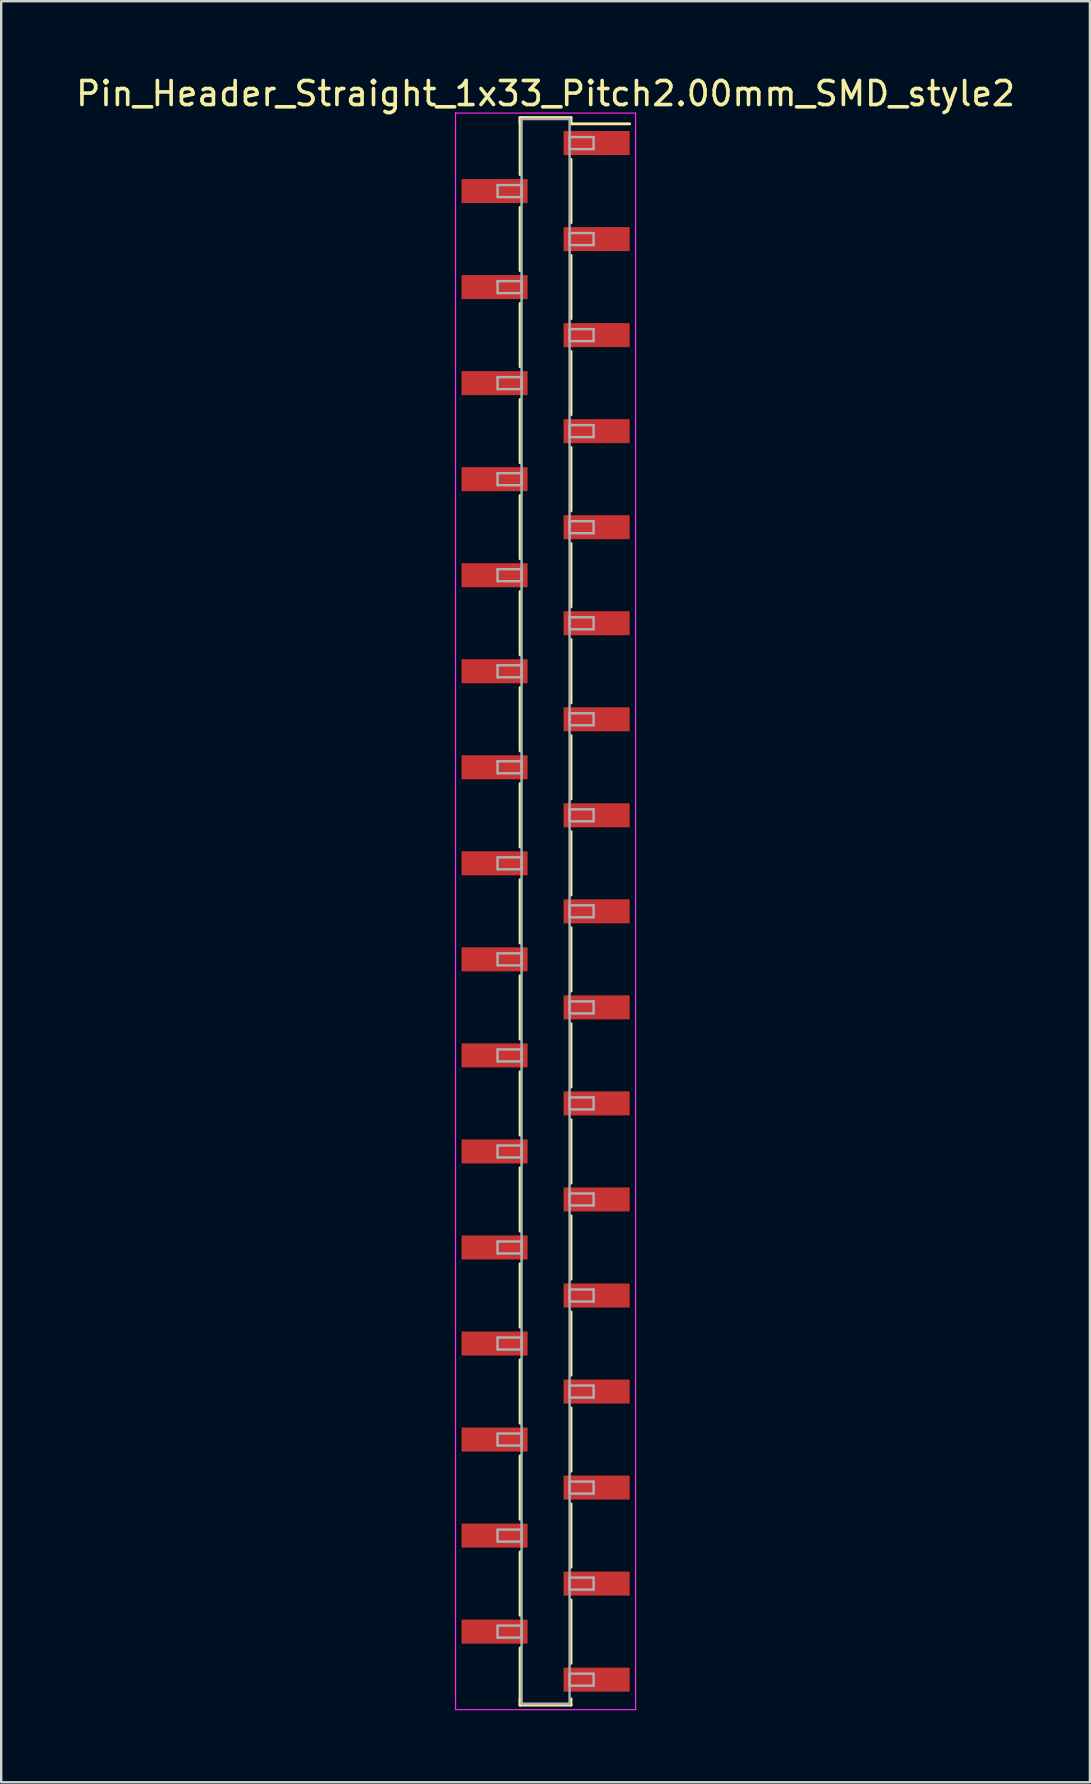
<source format=kicad_pcb>
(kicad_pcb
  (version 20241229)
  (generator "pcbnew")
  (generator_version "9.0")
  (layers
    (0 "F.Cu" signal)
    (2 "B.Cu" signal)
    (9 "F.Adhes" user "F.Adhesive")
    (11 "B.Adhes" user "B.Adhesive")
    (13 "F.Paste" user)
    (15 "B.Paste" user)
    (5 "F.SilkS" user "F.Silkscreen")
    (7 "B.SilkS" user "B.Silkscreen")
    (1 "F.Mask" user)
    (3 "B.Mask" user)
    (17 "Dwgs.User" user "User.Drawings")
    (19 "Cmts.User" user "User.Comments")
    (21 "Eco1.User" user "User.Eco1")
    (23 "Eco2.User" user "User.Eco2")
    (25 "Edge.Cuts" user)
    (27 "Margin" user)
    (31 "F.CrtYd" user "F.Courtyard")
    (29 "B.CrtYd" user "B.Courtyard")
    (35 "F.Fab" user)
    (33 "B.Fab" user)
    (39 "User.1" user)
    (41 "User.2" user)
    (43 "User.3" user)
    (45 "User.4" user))
  (footprint "Pin_Header_Straight_1x33_Pitch2.00mm_SMD_style2"
    (layer "F.Cu")
    (at 19.673 34.908)
    (property "Reference" "Pin_Header_Straight_1x33_Pitch2.00mm_SMD_style2" (at 0 -34.06 0) (layer "F.SilkS") (effects (font (size 1 1) (thickness 0.15))))
    (attr smd)
    (fp_line (start -1.06 -33.06) (end -1.06 -30.68) (stroke (width 0.12) (type solid)) (layer "F.SilkS"))
    (fp_line (start -1.06 -33.06) (end 1.06 -33.06) (stroke (width 0.12) (type solid)) (layer "F.SilkS"))
    (fp_line (start -1.06 -32.8) (end -1.06 -33.06) (stroke (width 0.12) (type solid)) (layer "F.SilkS"))
    (fp_line (start -1.06 -29.32) (end -1.06 -26.68) (stroke (width 0.12) (type solid)) (layer "F.SilkS"))
    (fp_line (start -1.06 -25.32) (end -1.06 -22.68) (stroke (width 0.12) (type solid)) (layer "F.SilkS"))
    (fp_line (start -1.06 -21.32) (end -1.06 -18.68) (stroke (width 0.12) (type solid)) (layer "F.SilkS"))
    (fp_line (start -1.06 -17.32) (end -1.06 -14.68) (stroke (width 0.12) (type solid)) (layer "F.SilkS"))
    (fp_line (start -1.06 -13.32) (end -1.06 -10.68) (stroke (width 0.12) (type solid)) (layer "F.SilkS"))
    (fp_line (start -1.06 -9.32) (end -1.06 -6.68) (stroke (width 0.12) (type solid)) (layer "F.SilkS"))
    (fp_line (start -1.06 -5.32) (end -1.06 -2.68) (stroke (width 0.12) (type solid)) (layer "F.SilkS"))
    (fp_line (start -1.06 -1.32) (end -1.06 1.32) (stroke (width 0.12) (type solid)) (layer "F.SilkS"))
    (fp_line (start -1.06 2.68) (end -1.06 5.32) (stroke (width 0.12) (type solid)) (layer "F.SilkS"))
    (fp_line (start -1.06 6.68) (end -1.06 9.32) (stroke (width 0.12) (type solid)) (layer "F.SilkS"))
    (fp_line (start -1.06 10.68) (end -1.06 13.32) (stroke (width 0.12) (type solid)) (layer "F.SilkS"))
    (fp_line (start -1.06 14.68) (end -1.06 17.32) (stroke (width 0.12) (type solid)) (layer "F.SilkS"))
    (fp_line (start -1.06 18.68) (end -1.06 21.32) (stroke (width 0.12) (type solid)) (layer "F.SilkS"))
    (fp_line (start -1.06 22.68) (end -1.06 25.32) (stroke (width 0.12) (type solid)) (layer "F.SilkS"))
    (fp_line (start -1.06 26.68) (end -1.06 29.32) (stroke (width 0.12) (type solid)) (layer "F.SilkS"))
    (fp_line (start -1.06 30.68) (end -1.06 33.06) (stroke (width 0.12) (type solid)) (layer "F.SilkS"))
    (fp_line (start -1.06 32.8) (end -1.06 33.06) (stroke (width 0.12) (type solid)) (layer "F.SilkS"))
    (fp_line (start -1.06 33.06) (end 1.06 33.06) (stroke (width 0.12) (type solid)) (layer "F.SilkS"))
    (fp_line (start 1.06 -33.06) (end 1.06 -32.8) (stroke (width 0.12) (type solid)) (layer "F.SilkS"))
    (fp_line (start 1.06 -32.8) (end 3.5 -32.8) (stroke (width 0.12) (type solid)) (layer "F.SilkS"))
    (fp_line (start 1.06 -31.32) (end 1.06 -28.68) (stroke (width 0.12) (type solid)) (layer "F.SilkS"))
    (fp_line (start 1.06 -27.32) (end 1.06 -24.68) (stroke (width 0.12) (type solid)) (layer "F.SilkS"))
    (fp_line (start 1.06 -23.32) (end 1.06 -20.68) (stroke (width 0.12) (type solid)) (layer "F.SilkS"))
    (fp_line (start 1.06 -19.32) (end 1.06 -16.68) (stroke (width 0.12) (type solid)) (layer "F.SilkS"))
    (fp_line (start 1.06 -15.32) (end 1.06 -12.68) (stroke (width 0.12) (type solid)) (layer "F.SilkS"))
    (fp_line (start 1.06 -11.32) (end 1.06 -8.68) (stroke (width 0.12) (type solid)) (layer "F.SilkS"))
    (fp_line (start 1.06 -7.32) (end 1.06 -4.68) (stroke (width 0.12) (type solid)) (layer "F.SilkS"))
    (fp_line (start 1.06 -3.32) (end 1.06 -0.68) (stroke (width 0.12) (type solid)) (layer "F.SilkS"))
    (fp_line (start 1.06 0.68) (end 1.06 3.32) (stroke (width 0.12) (type solid)) (layer "F.SilkS"))
    (fp_line (start 1.06 4.68) (end 1.06 7.32) (stroke (width 0.12) (type solid)) (layer "F.SilkS"))
    (fp_line (start 1.06 8.68) (end 1.06 11.32) (stroke (width 0.12) (type solid)) (layer "F.SilkS"))
    (fp_line (start 1.06 12.68) (end 1.06 15.32) (stroke (width 0.12) (type solid)) (layer "F.SilkS"))
    (fp_line (start 1.06 16.68) (end 1.06 19.32) (stroke (width 0.12) (type solid)) (layer "F.SilkS"))
    (fp_line (start 1.06 20.68) (end 1.06 23.32) (stroke (width 0.12) (type solid)) (layer "F.SilkS"))
    (fp_line (start 1.06 24.68) (end 1.06 27.32) (stroke (width 0.12) (type solid)) (layer "F.SilkS"))
    (fp_line (start 1.06 28.68) (end 1.06 31.32) (stroke (width 0.12) (type solid)) (layer "F.SilkS"))
    (fp_line (start 1.06 33.06) (end 1.06 32.8) (stroke (width 0.12) (type solid)) (layer "F.SilkS"))
    (fp_line (start -3.75 -33.25) (end -3.75 33.25) (stroke (width 0.05) (type solid)) (layer "F.CrtYd"))
    (fp_line (start -3.75 33.25) (end 3.75 33.25) (stroke (width 0.05) (type solid)) (layer "F.CrtYd"))
    (fp_line (start 3.75 -33.25) (end -3.75 -33.25) (stroke (width 0.05) (type solid)) (layer "F.CrtYd"))
    (fp_line (start 3.75 33.25) (end 3.75 -33.25) (stroke (width 0.05) (type solid)) (layer "F.CrtYd"))
    (fp_line (start -2 -30.25) (end -1 -30.25) (stroke (width 0.1) (type solid)) (layer "F.Fab"))
    (fp_line (start -2 -29.75) (end -2 -30.25) (stroke (width 0.1) (type solid)) (layer "F.Fab"))
    (fp_line (start -2 -26.25) (end -1 -26.25) (stroke (width 0.1) (type solid)) (layer "F.Fab"))
    (fp_line (start -2 -25.75) (end -2 -26.25) (stroke (width 0.1) (type solid)) (layer "F.Fab"))
    (fp_line (start -2 -22.25) (end -1 -22.25) (stroke (width 0.1) (type solid)) (layer "F.Fab"))
    (fp_line (start -2 -21.75) (end -2 -22.25) (stroke (width 0.1) (type solid)) (layer "F.Fab"))
    (fp_line (start -2 -18.25) (end -1 -18.25) (stroke (width 0.1) (type solid)) (layer "F.Fab"))
    (fp_line (start -2 -17.75) (end -2 -18.25) (stroke (width 0.1) (type solid)) (layer "F.Fab"))
    (fp_line (start -2 -14.25) (end -1 -14.25) (stroke (width 0.1) (type solid)) (layer "F.Fab"))
    (fp_line (start -2 -13.75) (end -2 -14.25) (stroke (width 0.1) (type solid)) (layer "F.Fab"))
    (fp_line (start -2 -10.25) (end -1 -10.25) (stroke (width 0.1) (type solid)) (layer "F.Fab"))
    (fp_line (start -2 -9.75) (end -2 -10.25) (stroke (width 0.1) (type solid)) (layer "F.Fab"))
    (fp_line (start -2 -6.25) (end -1 -6.25) (stroke (width 0.1) (type solid)) (layer "F.Fab"))
    (fp_line (start -2 -5.75) (end -2 -6.25) (stroke (width 0.1) (type solid)) (layer "F.Fab"))
    (fp_line (start -2 -2.25) (end -1 -2.25) (stroke (width 0.1) (type solid)) (layer "F.Fab"))
    (fp_line (start -2 -1.75) (end -2 -2.25) (stroke (width 0.1) (type solid)) (layer "F.Fab"))
    (fp_line (start -2 1.75) (end -1 1.75) (stroke (width 0.1) (type solid)) (layer "F.Fab"))
    (fp_line (start -2 2.25) (end -2 1.75) (stroke (width 0.1) (type solid)) (layer "F.Fab"))
    (fp_line (start -2 5.75) (end -1 5.75) (stroke (width 0.1) (type solid)) (layer "F.Fab"))
    (fp_line (start -2 6.25) (end -2 5.75) (stroke (width 0.1) (type solid)) (layer "F.Fab"))
    (fp_line (start -2 9.75) (end -1 9.75) (stroke (width 0.1) (type solid)) (layer "F.Fab"))
    (fp_line (start -2 10.25) (end -2 9.75) (stroke (width 0.1) (type solid)) (layer "F.Fab"))
    (fp_line (start -2 13.75) (end -1 13.75) (stroke (width 0.1) (type solid)) (layer "F.Fab"))
    (fp_line (start -2 14.25) (end -2 13.75) (stroke (width 0.1) (type solid)) (layer "F.Fab"))
    (fp_line (start -2 17.75) (end -1 17.75) (stroke (width 0.1) (type solid)) (layer "F.Fab"))
    (fp_line (start -2 18.25) (end -2 17.75) (stroke (width 0.1) (type solid)) (layer "F.Fab"))
    (fp_line (start -2 21.75) (end -1 21.75) (stroke (width 0.1) (type solid)) (layer "F.Fab"))
    (fp_line (start -2 22.25) (end -2 21.75) (stroke (width 0.1) (type solid)) (layer "F.Fab"))
    (fp_line (start -2 25.75) (end -1 25.75) (stroke (width 0.1) (type solid)) (layer "F.Fab"))
    (fp_line (start -2 26.25) (end -2 25.75) (stroke (width 0.1) (type solid)) (layer "F.Fab"))
    (fp_line (start -2 29.75) (end -1 29.75) (stroke (width 0.1) (type solid)) (layer "F.Fab"))
    (fp_line (start -2 30.25) (end -2 29.75) (stroke (width 0.1) (type solid)) (layer "F.Fab"))
    (fp_line (start -1 -33) (end -1 33) (stroke (width 0.1) (type solid)) (layer "F.Fab"))
    (fp_line (start -1 -30.25) (end -1 -29.75) (stroke (width 0.1) (type solid)) (layer "F.Fab"))
    (fp_line (start -1 -29.75) (end -2 -29.75) (stroke (width 0.1) (type solid)) (layer "F.Fab"))
    (fp_line (start -1 -26.25) (end -1 -25.75) (stroke (width 0.1) (type solid)) (layer "F.Fab"))
    (fp_line (start -1 -25.75) (end -2 -25.75) (stroke (width 0.1) (type solid)) (layer "F.Fab"))
    (fp_line (start -1 -22.25) (end -1 -21.75) (stroke (width 0.1) (type solid)) (layer "F.Fab"))
    (fp_line (start -1 -21.75) (end -2 -21.75) (stroke (width 0.1) (type solid)) (layer "F.Fab"))
    (fp_line (start -1 -18.25) (end -1 -17.75) (stroke (width 0.1) (type solid)) (layer "F.Fab"))
    (fp_line (start -1 -17.75) (end -2 -17.75) (stroke (width 0.1) (type solid)) (layer "F.Fab"))
    (fp_line (start -1 -14.25) (end -1 -13.75) (stroke (width 0.1) (type solid)) (layer "F.Fab"))
    (fp_line (start -1 -13.75) (end -2 -13.75) (stroke (width 0.1) (type solid)) (layer "F.Fab"))
    (fp_line (start -1 -10.25) (end -1 -9.75) (stroke (width 0.1) (type solid)) (layer "F.Fab"))
    (fp_line (start -1 -9.75) (end -2 -9.75) (stroke (width 0.1) (type solid)) (layer "F.Fab"))
    (fp_line (start -1 -6.25) (end -1 -5.75) (stroke (width 0.1) (type solid)) (layer "F.Fab"))
    (fp_line (start -1 -5.75) (end -2 -5.75) (stroke (width 0.1) (type solid)) (layer "F.Fab"))
    (fp_line (start -1 -2.25) (end -1 -1.75) (stroke (width 0.1) (type solid)) (layer "F.Fab"))
    (fp_line (start -1 -1.75) (end -2 -1.75) (stroke (width 0.1) (type solid)) (layer "F.Fab"))
    (fp_line (start -1 1.75) (end -1 2.25) (stroke (width 0.1) (type solid)) (layer "F.Fab"))
    (fp_line (start -1 2.25) (end -2 2.25) (stroke (width 0.1) (type solid)) (layer "F.Fab"))
    (fp_line (start -1 5.75) (end -1 6.25) (stroke (width 0.1) (type solid)) (layer "F.Fab"))
    (fp_line (start -1 6.25) (end -2 6.25) (stroke (width 0.1) (type solid)) (layer "F.Fab"))
    (fp_line (start -1 9.75) (end -1 10.25) (stroke (width 0.1) (type solid)) (layer "F.Fab"))
    (fp_line (start -1 10.25) (end -2 10.25) (stroke (width 0.1) (type solid)) (layer "F.Fab"))
    (fp_line (start -1 13.75) (end -1 14.25) (stroke (width 0.1) (type solid)) (layer "F.Fab"))
    (fp_line (start -1 14.25) (end -2 14.25) (stroke (width 0.1) (type solid)) (layer "F.Fab"))
    (fp_line (start -1 17.75) (end -1 18.25) (stroke (width 0.1) (type solid)) (layer "F.Fab"))
    (fp_line (start -1 18.25) (end -2 18.25) (stroke (width 0.1) (type solid)) (layer "F.Fab"))
    (fp_line (start -1 21.75) (end -1 22.25) (stroke (width 0.1) (type solid)) (layer "F.Fab"))
    (fp_line (start -1 22.25) (end -2 22.25) (stroke (width 0.1) (type solid)) (layer "F.Fab"))
    (fp_line (start -1 25.75) (end -1 26.25) (stroke (width 0.1) (type solid)) (layer "F.Fab"))
    (fp_line (start -1 26.25) (end -2 26.25) (stroke (width 0.1) (type solid)) (layer "F.Fab"))
    (fp_line (start -1 29.75) (end -1 30.25) (stroke (width 0.1) (type solid)) (layer "F.Fab"))
    (fp_line (start -1 30.25) (end -2 30.25) (stroke (width 0.1) (type solid)) (layer "F.Fab"))
    (fp_line (start -1 33) (end 1 33) (stroke (width 0.1) (type solid)) (layer "F.Fab"))
    (fp_line (start 1 -33) (end -1 -33) (stroke (width 0.1) (type solid)) (layer "F.Fab"))
    (fp_line (start 1 -32.25) (end 1 -31.75) (stroke (width 0.1) (type solid)) (layer "F.Fab"))
    (fp_line (start 1 -31.75) (end 2 -31.75) (stroke (width 0.1) (type solid)) (layer "F.Fab"))
    (fp_line (start 1 -28.25) (end 1 -27.75) (stroke (width 0.1) (type solid)) (layer "F.Fab"))
    (fp_line (start 1 -27.75) (end 2 -27.75) (stroke (width 0.1) (type solid)) (layer "F.Fab"))
    (fp_line (start 1 -24.25) (end 1 -23.75) (stroke (width 0.1) (type solid)) (layer "F.Fab"))
    (fp_line (start 1 -23.75) (end 2 -23.75) (stroke (width 0.1) (type solid)) (layer "F.Fab"))
    (fp_line (start 1 -20.25) (end 1 -19.75) (stroke (width 0.1) (type solid)) (layer "F.Fab"))
    (fp_line (start 1 -19.75) (end 2 -19.75) (stroke (width 0.1) (type solid)) (layer "F.Fab"))
    (fp_line (start 1 -16.25) (end 1 -15.75) (stroke (width 0.1) (type solid)) (layer "F.Fab"))
    (fp_line (start 1 -15.75) (end 2 -15.75) (stroke (width 0.1) (type solid)) (layer "F.Fab"))
    (fp_line (start 1 -12.25) (end 1 -11.75) (stroke (width 0.1) (type solid)) (layer "F.Fab"))
    (fp_line (start 1 -11.75) (end 2 -11.75) (stroke (width 0.1) (type solid)) (layer "F.Fab"))
    (fp_line (start 1 -8.25) (end 1 -7.75) (stroke (width 0.1) (type solid)) (layer "F.Fab"))
    (fp_line (start 1 -7.75) (end 2 -7.75) (stroke (width 0.1) (type solid)) (layer "F.Fab"))
    (fp_line (start 1 -4.25) (end 1 -3.75) (stroke (width 0.1) (type solid)) (layer "F.Fab"))
    (fp_line (start 1 -3.75) (end 2 -3.75) (stroke (width 0.1) (type solid)) (layer "F.Fab"))
    (fp_line (start 1 -0.25) (end 1 0.25) (stroke (width 0.1) (type solid)) (layer "F.Fab"))
    (fp_line (start 1 0.25) (end 2 0.25) (stroke (width 0.1) (type solid)) (layer "F.Fab"))
    (fp_line (start 1 3.75) (end 1 4.25) (stroke (width 0.1) (type solid)) (layer "F.Fab"))
    (fp_line (start 1 4.25) (end 2 4.25) (stroke (width 0.1) (type solid)) (layer "F.Fab"))
    (fp_line (start 1 7.75) (end 1 8.25) (stroke (width 0.1) (type solid)) (layer "F.Fab"))
    (fp_line (start 1 8.25) (end 2 8.25) (stroke (width 0.1) (type solid)) (layer "F.Fab"))
    (fp_line (start 1 11.75) (end 1 12.25) (stroke (width 0.1) (type solid)) (layer "F.Fab"))
    (fp_line (start 1 12.25) (end 2 12.25) (stroke (width 0.1) (type solid)) (layer "F.Fab"))
    (fp_line (start 1 15.75) (end 1 16.25) (stroke (width 0.1) (type solid)) (layer "F.Fab"))
    (fp_line (start 1 16.25) (end 2 16.25) (stroke (width 0.1) (type solid)) (layer "F.Fab"))
    (fp_line (start 1 19.75) (end 1 20.25) (stroke (width 0.1) (type solid)) (layer "F.Fab"))
    (fp_line (start 1 20.25) (end 2 20.25) (stroke (width 0.1) (type solid)) (layer "F.Fab"))
    (fp_line (start 1 23.75) (end 1 24.25) (stroke (width 0.1) (type solid)) (layer "F.Fab"))
    (fp_line (start 1 24.25) (end 2 24.25) (stroke (width 0.1) (type solid)) (layer "F.Fab"))
    (fp_line (start 1 27.75) (end 1 28.25) (stroke (width 0.1) (type solid)) (layer "F.Fab"))
    (fp_line (start 1 28.25) (end 2 28.25) (stroke (width 0.1) (type solid)) (layer "F.Fab"))
    (fp_line (start 1 31.75) (end 1 32.25) (stroke (width 0.1) (type solid)) (layer "F.Fab"))
    (fp_line (start 1 32.25) (end 2 32.25) (stroke (width 0.1) (type solid)) (layer "F.Fab"))
    (fp_line (start 1 33) (end 1 -33) (stroke (width 0.1) (type solid)) (layer "F.Fab"))
    (fp_line (start 2 -32.25) (end 1 -32.25) (stroke (width 0.1) (type solid)) (layer "F.Fab"))
    (fp_line (start 2 -31.75) (end 2 -32.25) (stroke (width 0.1) (type solid)) (layer "F.Fab"))
    (fp_line (start 2 -28.25) (end 1 -28.25) (stroke (width 0.1) (type solid)) (layer "F.Fab"))
    (fp_line (start 2 -27.75) (end 2 -28.25) (stroke (width 0.1) (type solid)) (layer "F.Fab"))
    (fp_line (start 2 -24.25) (end 1 -24.25) (stroke (width 0.1) (type solid)) (layer "F.Fab"))
    (fp_line (start 2 -23.75) (end 2 -24.25) (stroke (width 0.1) (type solid)) (layer "F.Fab"))
    (fp_line (start 2 -20.25) (end 1 -20.25) (stroke (width 0.1) (type solid)) (layer "F.Fab"))
    (fp_line (start 2 -19.75) (end 2 -20.25) (stroke (width 0.1) (type solid)) (layer "F.Fab"))
    (fp_line (start 2 -16.25) (end 1 -16.25) (stroke (width 0.1) (type solid)) (layer "F.Fab"))
    (fp_line (start 2 -15.75) (end 2 -16.25) (stroke (width 0.1) (type solid)) (layer "F.Fab"))
    (fp_line (start 2 -12.25) (end 1 -12.25) (stroke (width 0.1) (type solid)) (layer "F.Fab"))
    (fp_line (start 2 -11.75) (end 2 -12.25) (stroke (width 0.1) (type solid)) (layer "F.Fab"))
    (fp_line (start 2 -8.25) (end 1 -8.25) (stroke (width 0.1) (type solid)) (layer "F.Fab"))
    (fp_line (start 2 -7.75) (end 2 -8.25) (stroke (width 0.1) (type solid)) (layer "F.Fab"))
    (fp_line (start 2 -4.25) (end 1 -4.25) (stroke (width 0.1) (type solid)) (layer "F.Fab"))
    (fp_line (start 2 -3.75) (end 2 -4.25) (stroke (width 0.1) (type solid)) (layer "F.Fab"))
    (fp_line (start 2 -0.25) (end 1 -0.25) (stroke (width 0.1) (type solid)) (layer "F.Fab"))
    (fp_line (start 2 0.25) (end 2 -0.25) (stroke (width 0.1) (type solid)) (layer "F.Fab"))
    (fp_line (start 2 3.75) (end 1 3.75) (stroke (width 0.1) (type solid)) (layer "F.Fab"))
    (fp_line (start 2 4.25) (end 2 3.75) (stroke (width 0.1) (type solid)) (layer "F.Fab"))
    (fp_line (start 2 7.75) (end 1 7.75) (stroke (width 0.1) (type solid)) (layer "F.Fab"))
    (fp_line (start 2 8.25) (end 2 7.75) (stroke (width 0.1) (type solid)) (layer "F.Fab"))
    (fp_line (start 2 11.75) (end 1 11.75) (stroke (width 0.1) (type solid)) (layer "F.Fab"))
    (fp_line (start 2 12.25) (end 2 11.75) (stroke (width 0.1) (type solid)) (layer "F.Fab"))
    (fp_line (start 2 15.75) (end 1 15.75) (stroke (width 0.1) (type solid)) (layer "F.Fab"))
    (fp_line (start 2 16.25) (end 2 15.75) (stroke (width 0.1) (type solid)) (layer "F.Fab"))
    (fp_line (start 2 19.75) (end 1 19.75) (stroke (width 0.1) (type solid)) (layer "F.Fab"))
    (fp_line (start 2 20.25) (end 2 19.75) (stroke (width 0.1) (type solid)) (layer "F.Fab"))
    (fp_line (start 2 23.75) (end 1 23.75) (stroke (width 0.1) (type solid)) (layer "F.Fab"))
    (fp_line (start 2 24.25) (end 2 23.75) (stroke (width 0.1) (type solid)) (layer "F.Fab"))
    (fp_line (start 2 27.75) (end 1 27.75) (stroke (width 0.1) (type solid)) (layer "F.Fab"))
    (fp_line (start 2 28.25) (end 2 27.75) (stroke (width 0.1) (type solid)) (layer "F.Fab"))
    (fp_line (start 2 31.75) (end 1 31.75) (stroke (width 0.1) (type solid)) (layer "F.Fab"))
    (fp_line (start 2 32.25) (end 2 31.75) (stroke (width 0.1) (type solid)) (layer "F.Fab"))
    (pad "1" smd rect (at 2.125 -32) (size 2.75 1) (layers "F.Cu" "F.Mask"))
    (pad "2" smd rect (at -2.125 -30) (size 2.75 1) (layers "F.Cu" "F.Mask"))
    (pad "3" smd rect (at 2.125 -28) (size 2.75 1) (layers "F.Cu" "F.Mask"))
    (pad "4" smd rect (at -2.125 -26) (size 2.75 1) (layers "F.Cu" "F.Mask"))
    (pad "5" smd rect (at 2.125 -24) (size 2.75 1) (layers "F.Cu" "F.Mask"))
    (pad "6" smd rect (at -2.125 -22) (size 2.75 1) (layers "F.Cu" "F.Mask"))
    (pad "7" smd rect (at 2.125 -20) (size 2.75 1) (layers "F.Cu" "F.Mask"))
    (pad "8" smd rect (at -2.125 -18) (size 2.75 1) (layers "F.Cu" "F.Mask"))
    (pad "9" smd rect (at 2.125 -16) (size 2.75 1) (layers "F.Cu" "F.Mask"))
    (pad "10" smd rect (at -2.125 -14) (size 2.75 1) (layers "F.Cu" "F.Mask"))
    (pad "11" smd rect (at 2.125 -12) (size 2.75 1) (layers "F.Cu" "F.Mask"))
    (pad "12" smd rect (at -2.125 -10) (size 2.75 1) (layers "F.Cu" "F.Mask"))
    (pad "13" smd rect (at 2.125 -8) (size 2.75 1) (layers "F.Cu" "F.Mask"))
    (pad "14" smd rect (at -2.125 -6) (size 2.75 1) (layers "F.Cu" "F.Mask"))
    (pad "15" smd rect (at 2.125 -4) (size 2.75 1) (layers "F.Cu" "F.Mask"))
    (pad "16" smd rect (at -2.125 -2) (size 2.75 1) (layers "F.Cu" "F.Mask"))
    (pad "17" smd rect (at 2.125 0) (size 2.75 1) (layers "F.Cu" "F.Mask"))
    (pad "18" smd rect (at -2.125 2) (size 2.75 1) (layers "F.Cu" "F.Mask"))
    (pad "19" smd rect (at 2.125 4) (size 2.75 1) (layers "F.Cu" "F.Mask"))
    (pad "20" smd rect (at -2.125 6) (size 2.75 1) (layers "F.Cu" "F.Mask"))
    (pad "21" smd rect (at 2.125 8) (size 2.75 1) (layers "F.Cu" "F.Mask"))
    (pad "22" smd rect (at -2.125 10) (size 2.75 1) (layers "F.Cu" "F.Mask"))
    (pad "23" smd rect (at 2.125 12) (size 2.75 1) (layers "F.Cu" "F.Mask"))
    (pad "24" smd rect (at -2.125 14) (size 2.75 1) (layers "F.Cu" "F.Mask"))
    (pad "25" smd rect (at 2.125 16) (size 2.75 1) (layers "F.Cu" "F.Mask"))
    (pad "26" smd rect (at -2.125 18) (size 2.75 1) (layers "F.Cu" "F.Mask"))
    (pad "27" smd rect (at 2.125 20) (size 2.75 1) (layers "F.Cu" "F.Mask"))
    (pad "28" smd rect (at -2.125 22) (size 2.75 1) (layers "F.Cu" "F.Mask"))
    (pad "29" smd rect (at 2.125 24) (size 2.75 1) (layers "F.Cu" "F.Mask"))
    (pad "30" smd rect (at -2.125 26) (size 2.75 1) (layers "F.Cu" "F.Mask"))
    (pad "31" smd rect (at 2.125 28) (size 2.75 1) (layers "F.Cu" "F.Mask"))
    (pad "32" smd rect (at -2.125 30) (size 2.75 1) (layers "F.Cu" "F.Mask"))
    (pad "33" smd rect (at 2.125 32) (size 2.75 1) (layers "F.Cu" "F.Mask")))
  (gr_rect
    (start -3 -3)
    (end 42.345 71.183)
    (stroke (width 0.1) (type default))
    (fill no)
    (layer "Edge.Cuts")))
</source>
